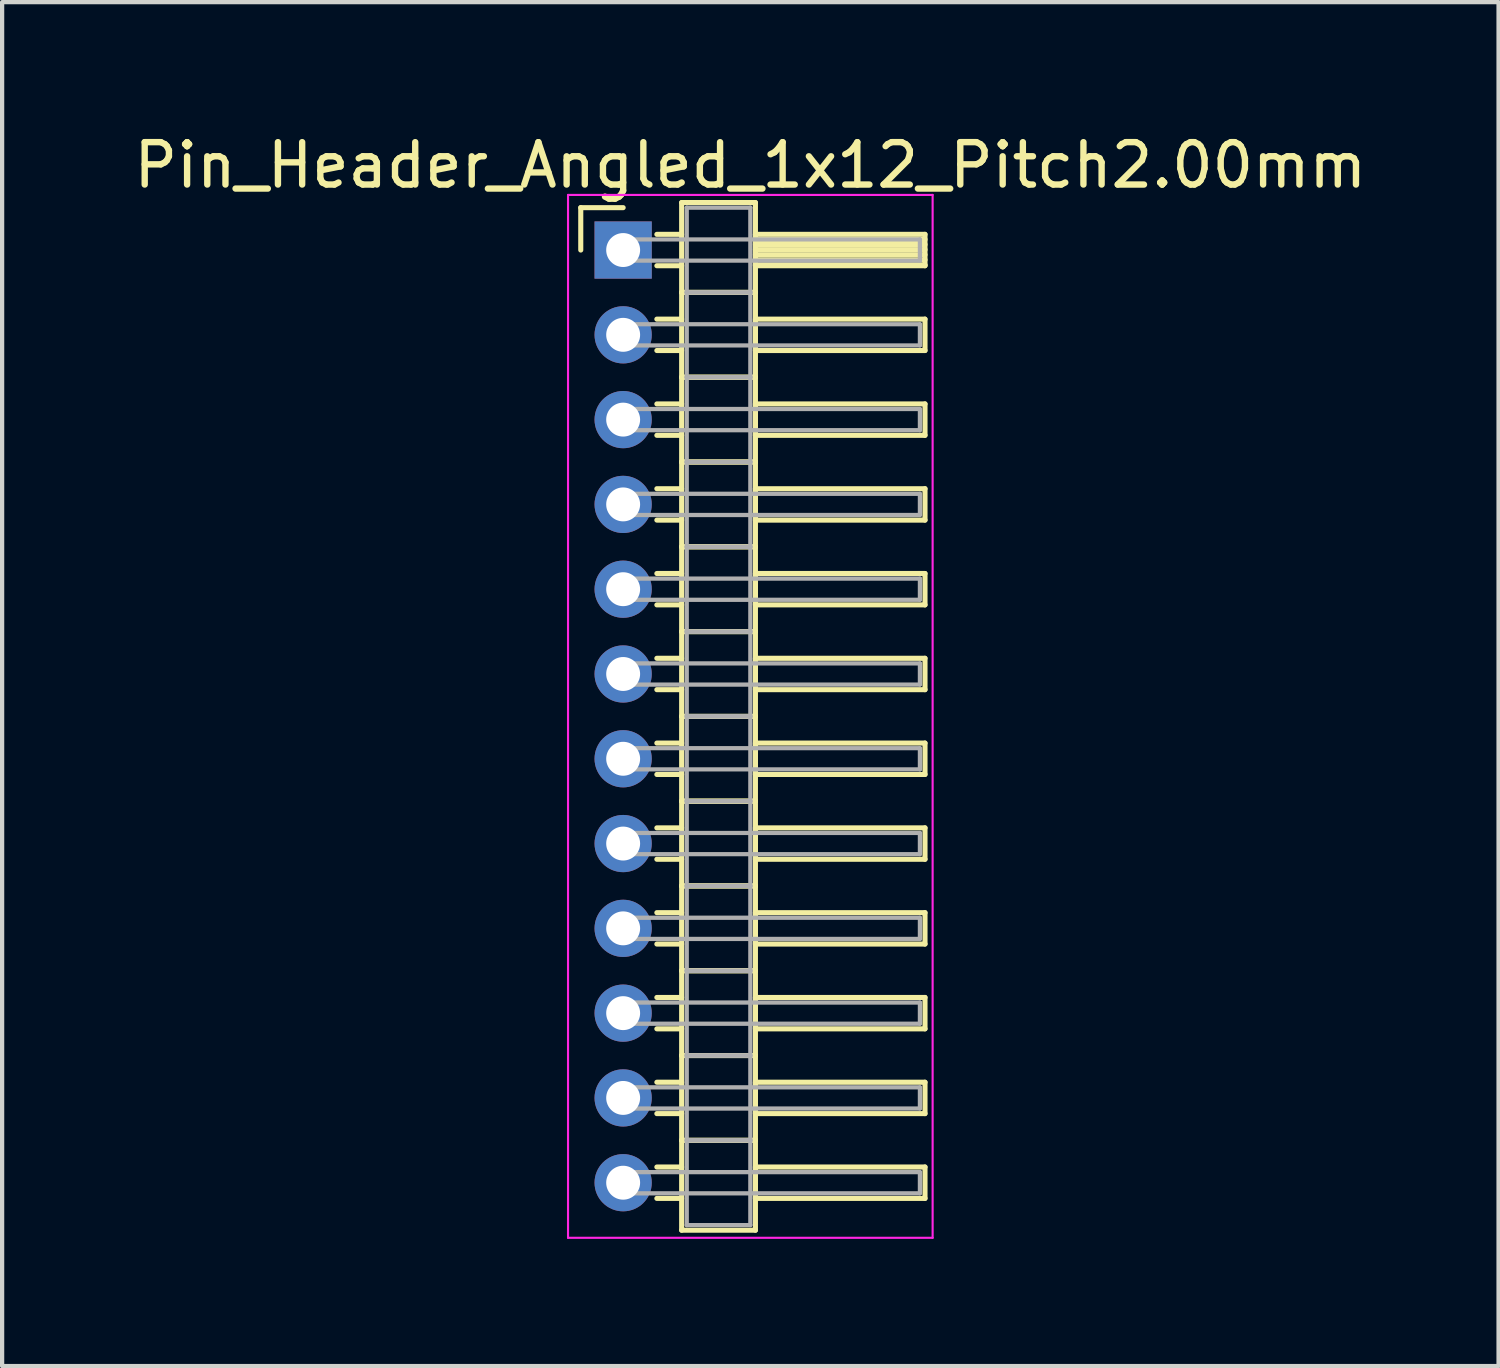
<source format=kicad_pcb>
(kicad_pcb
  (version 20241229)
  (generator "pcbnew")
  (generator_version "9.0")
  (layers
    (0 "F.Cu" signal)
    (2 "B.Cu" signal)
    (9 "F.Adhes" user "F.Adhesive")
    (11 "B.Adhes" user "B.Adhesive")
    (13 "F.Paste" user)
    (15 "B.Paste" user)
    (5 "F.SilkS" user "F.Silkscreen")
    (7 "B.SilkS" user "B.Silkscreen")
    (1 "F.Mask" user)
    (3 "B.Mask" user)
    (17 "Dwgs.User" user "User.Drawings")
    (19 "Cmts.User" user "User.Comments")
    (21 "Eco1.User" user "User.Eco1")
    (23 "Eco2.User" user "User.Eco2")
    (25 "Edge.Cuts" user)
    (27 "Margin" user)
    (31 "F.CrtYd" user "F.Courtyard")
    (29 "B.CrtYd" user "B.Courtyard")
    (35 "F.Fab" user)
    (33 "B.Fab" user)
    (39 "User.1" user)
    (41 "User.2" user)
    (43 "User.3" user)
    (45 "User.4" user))
  (footprint "Pin_Header_Angled_1x12_Pitch2.00mm"
    (layer "F.Cu")
    (at 11.649 2.848)
    (property "Reference" "Pin_Header_Angled_1x12_Pitch2.00mm" (at 3 -2 0) (layer "F.SilkS") (effects (font (size 1 1) (thickness 0.15))))
    (attr through_hole)
    (fp_line (start -1 -1) (end 0 -1) (stroke (width 0.12) (type solid)) (layer "F.SilkS"))
    (fp_line (start -1 0) (end -1 -1) (stroke (width 0.12) (type solid)) (layer "F.SilkS"))
    (fp_line (start 0.795 -0.37) (end 1.38 -0.37) (stroke (width 0.12) (type solid)) (layer "F.SilkS"))
    (fp_line (start 0.795 0.37) (end 1.38 0.37) (stroke (width 0.12) (type solid)) (layer "F.SilkS"))
    (fp_line (start 0.795 1.63) (end 1.38 1.63) (stroke (width 0.12) (type solid)) (layer "F.SilkS"))
    (fp_line (start 0.795 2.37) (end 1.38 2.37) (stroke (width 0.12) (type solid)) (layer "F.SilkS"))
    (fp_line (start 0.795 3.63) (end 1.38 3.63) (stroke (width 0.12) (type solid)) (layer "F.SilkS"))
    (fp_line (start 0.795 4.37) (end 1.38 4.37) (stroke (width 0.12) (type solid)) (layer "F.SilkS"))
    (fp_line (start 0.795 5.63) (end 1.38 5.63) (stroke (width 0.12) (type solid)) (layer "F.SilkS"))
    (fp_line (start 0.795 6.37) (end 1.38 6.37) (stroke (width 0.12) (type solid)) (layer "F.SilkS"))
    (fp_line (start 0.795 7.63) (end 1.38 7.63) (stroke (width 0.12) (type solid)) (layer "F.SilkS"))
    (fp_line (start 0.795 8.37) (end 1.38 8.37) (stroke (width 0.12) (type solid)) (layer "F.SilkS"))
    (fp_line (start 0.795 9.63) (end 1.38 9.63) (stroke (width 0.12) (type solid)) (layer "F.SilkS"))
    (fp_line (start 0.795 10.37) (end 1.38 10.37) (stroke (width 0.12) (type solid)) (layer "F.SilkS"))
    (fp_line (start 0.795 11.63) (end 1.38 11.63) (stroke (width 0.12) (type solid)) (layer "F.SilkS"))
    (fp_line (start 0.795 12.37) (end 1.38 12.37) (stroke (width 0.12) (type solid)) (layer "F.SilkS"))
    (fp_line (start 0.795 13.63) (end 1.38 13.63) (stroke (width 0.12) (type solid)) (layer "F.SilkS"))
    (fp_line (start 0.795 14.37) (end 1.38 14.37) (stroke (width 0.12) (type solid)) (layer "F.SilkS"))
    (fp_line (start 0.795 15.63) (end 1.38 15.63) (stroke (width 0.12) (type solid)) (layer "F.SilkS"))
    (fp_line (start 0.795 16.37) (end 1.38 16.37) (stroke (width 0.12) (type solid)) (layer "F.SilkS"))
    (fp_line (start 0.795 17.63) (end 1.38 17.63) (stroke (width 0.12) (type solid)) (layer "F.SilkS"))
    (fp_line (start 0.795 18.37) (end 1.38 18.37) (stroke (width 0.12) (type solid)) (layer "F.SilkS"))
    (fp_line (start 0.795 19.63) (end 1.38 19.63) (stroke (width 0.12) (type solid)) (layer "F.SilkS"))
    (fp_line (start 0.795 20.37) (end 1.38 20.37) (stroke (width 0.12) (type solid)) (layer "F.SilkS"))
    (fp_line (start 0.795 21.63) (end 1.38 21.63) (stroke (width 0.12) (type solid)) (layer "F.SilkS"))
    (fp_line (start 0.795 22.37) (end 1.38 22.37) (stroke (width 0.12) (type solid)) (layer "F.SilkS"))
    (fp_line (start 1.38 -1.12) (end 1.38 1) (stroke (width 0.12) (type solid)) (layer "F.SilkS"))
    (fp_line (start 1.38 1) (end 1.38 3) (stroke (width 0.12) (type solid)) (layer "F.SilkS"))
    (fp_line (start 1.38 1) (end 3.12 1) (stroke (width 0.12) (type solid)) (layer "F.SilkS"))
    (fp_line (start 1.38 3) (end 1.38 5) (stroke (width 0.12) (type solid)) (layer "F.SilkS"))
    (fp_line (start 1.38 3) (end 3.12 3) (stroke (width 0.12) (type solid)) (layer "F.SilkS"))
    (fp_line (start 1.38 5) (end 1.38 7) (stroke (width 0.12) (type solid)) (layer "F.SilkS"))
    (fp_line (start 1.38 5) (end 3.12 5) (stroke (width 0.12) (type solid)) (layer "F.SilkS"))
    (fp_line (start 1.38 7) (end 1.38 9) (stroke (width 0.12) (type solid)) (layer "F.SilkS"))
    (fp_line (start 1.38 7) (end 3.12 7) (stroke (width 0.12) (type solid)) (layer "F.SilkS"))
    (fp_line (start 1.38 9) (end 1.38 11) (stroke (width 0.12) (type solid)) (layer "F.SilkS"))
    (fp_line (start 1.38 9) (end 3.12 9) (stroke (width 0.12) (type solid)) (layer "F.SilkS"))
    (fp_line (start 1.38 11) (end 1.38 13) (stroke (width 0.12) (type solid)) (layer "F.SilkS"))
    (fp_line (start 1.38 11) (end 3.12 11) (stroke (width 0.12) (type solid)) (layer "F.SilkS"))
    (fp_line (start 1.38 13) (end 1.38 15) (stroke (width 0.12) (type solid)) (layer "F.SilkS"))
    (fp_line (start 1.38 13) (end 3.12 13) (stroke (width 0.12) (type solid)) (layer "F.SilkS"))
    (fp_line (start 1.38 15) (end 1.38 17) (stroke (width 0.12) (type solid)) (layer "F.SilkS"))
    (fp_line (start 1.38 15) (end 3.12 15) (stroke (width 0.12) (type solid)) (layer "F.SilkS"))
    (fp_line (start 1.38 17) (end 1.38 19) (stroke (width 0.12) (type solid)) (layer "F.SilkS"))
    (fp_line (start 1.38 17) (end 3.12 17) (stroke (width 0.12) (type solid)) (layer "F.SilkS"))
    (fp_line (start 1.38 19) (end 1.38 21) (stroke (width 0.12) (type solid)) (layer "F.SilkS"))
    (fp_line (start 1.38 19) (end 3.12 19) (stroke (width 0.12) (type solid)) (layer "F.SilkS"))
    (fp_line (start 1.38 21) (end 1.38 23.12) (stroke (width 0.12) (type solid)) (layer "F.SilkS"))
    (fp_line (start 1.38 21) (end 3.12 21) (stroke (width 0.12) (type solid)) (layer "F.SilkS"))
    (fp_line (start 1.38 23.12) (end 3.12 23.12) (stroke (width 0.12) (type solid)) (layer "F.SilkS"))
    (fp_line (start 3.12 -1.12) (end 1.38 -1.12) (stroke (width 0.12) (type solid)) (layer "F.SilkS"))
    (fp_line (start 3.12 -0.37) (end 3.12 0.37) (stroke (width 0.12) (type solid)) (layer "F.SilkS"))
    (fp_line (start 3.12 -0.25) (end 7.12 -0.25) (stroke (width 0.12) (type solid)) (layer "F.SilkS"))
    (fp_line (start 3.12 -0.13) (end 7.12 -0.13) (stroke (width 0.12) (type solid)) (layer "F.SilkS"))
    (fp_line (start 3.12 -0.01) (end 7.12 -0.01) (stroke (width 0.12) (type solid)) (layer "F.SilkS"))
    (fp_line (start 3.12 0.11) (end 7.12 0.11) (stroke (width 0.12) (type solid)) (layer "F.SilkS"))
    (fp_line (start 3.12 0.23) (end 7.12 0.23) (stroke (width 0.12) (type solid)) (layer "F.SilkS"))
    (fp_line (start 3.12 0.35) (end 7.12 0.35) (stroke (width 0.12) (type solid)) (layer "F.SilkS"))
    (fp_line (start 3.12 0.37) (end 7.12 0.37) (stroke (width 0.12) (type solid)) (layer "F.SilkS"))
    (fp_line (start 3.12 1) (end 1.38 1) (stroke (width 0.12) (type solid)) (layer "F.SilkS"))
    (fp_line (start 3.12 1) (end 3.12 -1.12) (stroke (width 0.12) (type solid)) (layer "F.SilkS"))
    (fp_line (start 3.12 1.63) (end 3.12 2.37) (stroke (width 0.12) (type solid)) (layer "F.SilkS"))
    (fp_line (start 3.12 2.37) (end 7.12 2.37) (stroke (width 0.12) (type solid)) (layer "F.SilkS"))
    (fp_line (start 3.12 3) (end 1.38 3) (stroke (width 0.12) (type solid)) (layer "F.SilkS"))
    (fp_line (start 3.12 3) (end 3.12 1) (stroke (width 0.12) (type solid)) (layer "F.SilkS"))
    (fp_line (start 3.12 3.63) (end 3.12 4.37) (stroke (width 0.12) (type solid)) (layer "F.SilkS"))
    (fp_line (start 3.12 4.37) (end 7.12 4.37) (stroke (width 0.12) (type solid)) (layer "F.SilkS"))
    (fp_line (start 3.12 5) (end 1.38 5) (stroke (width 0.12) (type solid)) (layer "F.SilkS"))
    (fp_line (start 3.12 5) (end 3.12 3) (stroke (width 0.12) (type solid)) (layer "F.SilkS"))
    (fp_line (start 3.12 5.63) (end 3.12 6.37) (stroke (width 0.12) (type solid)) (layer "F.SilkS"))
    (fp_line (start 3.12 6.37) (end 7.12 6.37) (stroke (width 0.12) (type solid)) (layer "F.SilkS"))
    (fp_line (start 3.12 7) (end 1.38 7) (stroke (width 0.12) (type solid)) (layer "F.SilkS"))
    (fp_line (start 3.12 7) (end 3.12 5) (stroke (width 0.12) (type solid)) (layer "F.SilkS"))
    (fp_line (start 3.12 7.63) (end 3.12 8.37) (stroke (width 0.12) (type solid)) (layer "F.SilkS"))
    (fp_line (start 3.12 8.37) (end 7.12 8.37) (stroke (width 0.12) (type solid)) (layer "F.SilkS"))
    (fp_line (start 3.12 9) (end 1.38 9) (stroke (width 0.12) (type solid)) (layer "F.SilkS"))
    (fp_line (start 3.12 9) (end 3.12 7) (stroke (width 0.12) (type solid)) (layer "F.SilkS"))
    (fp_line (start 3.12 9.63) (end 3.12 10.37) (stroke (width 0.12) (type solid)) (layer "F.SilkS"))
    (fp_line (start 3.12 10.37) (end 7.12 10.37) (stroke (width 0.12) (type solid)) (layer "F.SilkS"))
    (fp_line (start 3.12 11) (end 1.38 11) (stroke (width 0.12) (type solid)) (layer "F.SilkS"))
    (fp_line (start 3.12 11) (end 3.12 9) (stroke (width 0.12) (type solid)) (layer "F.SilkS"))
    (fp_line (start 3.12 11.63) (end 3.12 12.37) (stroke (width 0.12) (type solid)) (layer "F.SilkS"))
    (fp_line (start 3.12 12.37) (end 7.12 12.37) (stroke (width 0.12) (type solid)) (layer "F.SilkS"))
    (fp_line (start 3.12 13) (end 1.38 13) (stroke (width 0.12) (type solid)) (layer "F.SilkS"))
    (fp_line (start 3.12 13) (end 3.12 11) (stroke (width 0.12) (type solid)) (layer "F.SilkS"))
    (fp_line (start 3.12 13.63) (end 3.12 14.37) (stroke (width 0.12) (type solid)) (layer "F.SilkS"))
    (fp_line (start 3.12 14.37) (end 7.12 14.37) (stroke (width 0.12) (type solid)) (layer "F.SilkS"))
    (fp_line (start 3.12 15) (end 1.38 15) (stroke (width 0.12) (type solid)) (layer "F.SilkS"))
    (fp_line (start 3.12 15) (end 3.12 13) (stroke (width 0.12) (type solid)) (layer "F.SilkS"))
    (fp_line (start 3.12 15.63) (end 3.12 16.37) (stroke (width 0.12) (type solid)) (layer "F.SilkS"))
    (fp_line (start 3.12 16.37) (end 7.12 16.37) (stroke (width 0.12) (type solid)) (layer "F.SilkS"))
    (fp_line (start 3.12 17) (end 1.38 17) (stroke (width 0.12) (type solid)) (layer "F.SilkS"))
    (fp_line (start 3.12 17) (end 3.12 15) (stroke (width 0.12) (type solid)) (layer "F.SilkS"))
    (fp_line (start 3.12 17.63) (end 3.12 18.37) (stroke (width 0.12) (type solid)) (layer "F.SilkS"))
    (fp_line (start 3.12 18.37) (end 7.12 18.37) (stroke (width 0.12) (type solid)) (layer "F.SilkS"))
    (fp_line (start 3.12 19) (end 1.38 19) (stroke (width 0.12) (type solid)) (layer "F.SilkS"))
    (fp_line (start 3.12 19) (end 3.12 17) (stroke (width 0.12) (type solid)) (layer "F.SilkS"))
    (fp_line (start 3.12 19.63) (end 3.12 20.37) (stroke (width 0.12) (type solid)) (layer "F.SilkS"))
    (fp_line (start 3.12 20.37) (end 7.12 20.37) (stroke (width 0.12) (type solid)) (layer "F.SilkS"))
    (fp_line (start 3.12 21) (end 1.38 21) (stroke (width 0.12) (type solid)) (layer "F.SilkS"))
    (fp_line (start 3.12 21) (end 3.12 19) (stroke (width 0.12) (type solid)) (layer "F.SilkS"))
    (fp_line (start 3.12 21.63) (end 3.12 22.37) (stroke (width 0.12) (type solid)) (layer "F.SilkS"))
    (fp_line (start 3.12 22.37) (end 7.12 22.37) (stroke (width 0.12) (type solid)) (layer "F.SilkS"))
    (fp_line (start 3.12 23.12) (end 3.12 21) (stroke (width 0.12) (type solid)) (layer "F.SilkS"))
    (fp_line (start 7.12 -0.37) (end 3.12 -0.37) (stroke (width 0.12) (type solid)) (layer "F.SilkS"))
    (fp_line (start 7.12 0.37) (end 7.12 -0.37) (stroke (width 0.12) (type solid)) (layer "F.SilkS"))
    (fp_line (start 7.12 1.63) (end 3.12 1.63) (stroke (width 0.12) (type solid)) (layer "F.SilkS"))
    (fp_line (start 7.12 2.37) (end 7.12 1.63) (stroke (width 0.12) (type solid)) (layer "F.SilkS"))
    (fp_line (start 7.12 3.63) (end 3.12 3.63) (stroke (width 0.12) (type solid)) (layer "F.SilkS"))
    (fp_line (start 7.12 4.37) (end 7.12 3.63) (stroke (width 0.12) (type solid)) (layer "F.SilkS"))
    (fp_line (start 7.12 5.63) (end 3.12 5.63) (stroke (width 0.12) (type solid)) (layer "F.SilkS"))
    (fp_line (start 7.12 6.37) (end 7.12 5.63) (stroke (width 0.12) (type solid)) (layer "F.SilkS"))
    (fp_line (start 7.12 7.63) (end 3.12 7.63) (stroke (width 0.12) (type solid)) (layer "F.SilkS"))
    (fp_line (start 7.12 8.37) (end 7.12 7.63) (stroke (width 0.12) (type solid)) (layer "F.SilkS"))
    (fp_line (start 7.12 9.63) (end 3.12 9.63) (stroke (width 0.12) (type solid)) (layer "F.SilkS"))
    (fp_line (start 7.12 10.37) (end 7.12 9.63) (stroke (width 0.12) (type solid)) (layer "F.SilkS"))
    (fp_line (start 7.12 11.63) (end 3.12 11.63) (stroke (width 0.12) (type solid)) (layer "F.SilkS"))
    (fp_line (start 7.12 12.37) (end 7.12 11.63) (stroke (width 0.12) (type solid)) (layer "F.SilkS"))
    (fp_line (start 7.12 13.63) (end 3.12 13.63) (stroke (width 0.12) (type solid)) (layer "F.SilkS"))
    (fp_line (start 7.12 14.37) (end 7.12 13.63) (stroke (width 0.12) (type solid)) (layer "F.SilkS"))
    (fp_line (start 7.12 15.63) (end 3.12 15.63) (stroke (width 0.12) (type solid)) (layer "F.SilkS"))
    (fp_line (start 7.12 16.37) (end 7.12 15.63) (stroke (width 0.12) (type solid)) (layer "F.SilkS"))
    (fp_line (start 7.12 17.63) (end 3.12 17.63) (stroke (width 0.12) (type solid)) (layer "F.SilkS"))
    (fp_line (start 7.12 18.37) (end 7.12 17.63) (stroke (width 0.12) (type solid)) (layer "F.SilkS"))
    (fp_line (start 7.12 19.63) (end 3.12 19.63) (stroke (width 0.12) (type solid)) (layer "F.SilkS"))
    (fp_line (start 7.12 20.37) (end 7.12 19.63) (stroke (width 0.12) (type solid)) (layer "F.SilkS"))
    (fp_line (start 7.12 21.63) (end 3.12 21.63) (stroke (width 0.12) (type solid)) (layer "F.SilkS"))
    (fp_line (start 7.12 22.37) (end 7.12 21.63) (stroke (width 0.12) (type solid)) (layer "F.SilkS"))
    (fp_line (start -1.3 -1.3) (end -1.3 23.3) (stroke (width 0.05) (type solid)) (layer "F.CrtYd"))
    (fp_line (start -1.3 23.3) (end 7.3 23.3) (stroke (width 0.05) (type solid)) (layer "F.CrtYd"))
    (fp_line (start 7.3 -1.3) (end -1.3 -1.3) (stroke (width 0.05) (type solid)) (layer "F.CrtYd"))
    (fp_line (start 7.3 23.3) (end 7.3 -1.3) (stroke (width 0.05) (type solid)) (layer "F.CrtYd"))
    (fp_line (start 0 -0.25) (end 0 0.25) (stroke (width 0.1) (type solid)) (layer "F.Fab"))
    (fp_line (start 0 0.25) (end 7 0.25) (stroke (width 0.1) (type solid)) (layer "F.Fab"))
    (fp_line (start 0 1.75) (end 0 2.25) (stroke (width 0.1) (type solid)) (layer "F.Fab"))
    (fp_line (start 0 2.25) (end 7 2.25) (stroke (width 0.1) (type solid)) (layer "F.Fab"))
    (fp_line (start 0 3.75) (end 0 4.25) (stroke (width 0.1) (type solid)) (layer "F.Fab"))
    (fp_line (start 0 4.25) (end 7 4.25) (stroke (width 0.1) (type solid)) (layer "F.Fab"))
    (fp_line (start 0 5.75) (end 0 6.25) (stroke (width 0.1) (type solid)) (layer "F.Fab"))
    (fp_line (start 0 6.25) (end 7 6.25) (stroke (width 0.1) (type solid)) (layer "F.Fab"))
    (fp_line (start 0 7.75) (end 0 8.25) (stroke (width 0.1) (type solid)) (layer "F.Fab"))
    (fp_line (start 0 8.25) (end 7 8.25) (stroke (width 0.1) (type solid)) (layer "F.Fab"))
    (fp_line (start 0 9.75) (end 0 10.25) (stroke (width 0.1) (type solid)) (layer "F.Fab"))
    (fp_line (start 0 10.25) (end 7 10.25) (stroke (width 0.1) (type solid)) (layer "F.Fab"))
    (fp_line (start 0 11.75) (end 0 12.25) (stroke (width 0.1) (type solid)) (layer "F.Fab"))
    (fp_line (start 0 12.25) (end 7 12.25) (stroke (width 0.1) (type solid)) (layer "F.Fab"))
    (fp_line (start 0 13.75) (end 0 14.25) (stroke (width 0.1) (type solid)) (layer "F.Fab"))
    (fp_line (start 0 14.25) (end 7 14.25) (stroke (width 0.1) (type solid)) (layer "F.Fab"))
    (fp_line (start 0 15.75) (end 0 16.25) (stroke (width 0.1) (type solid)) (layer "F.Fab"))
    (fp_line (start 0 16.25) (end 7 16.25) (stroke (width 0.1) (type solid)) (layer "F.Fab"))
    (fp_line (start 0 17.75) (end 0 18.25) (stroke (width 0.1) (type solid)) (layer "F.Fab"))
    (fp_line (start 0 18.25) (end 7 18.25) (stroke (width 0.1) (type solid)) (layer "F.Fab"))
    (fp_line (start 0 19.75) (end 0 20.25) (stroke (width 0.1) (type solid)) (layer "F.Fab"))
    (fp_line (start 0 20.25) (end 7 20.25) (stroke (width 0.1) (type solid)) (layer "F.Fab"))
    (fp_line (start 0 21.75) (end 0 22.25) (stroke (width 0.1) (type solid)) (layer "F.Fab"))
    (fp_line (start 0 22.25) (end 7 22.25) (stroke (width 0.1) (type solid)) (layer "F.Fab"))
    (fp_line (start 1.5 -1) (end 1.5 1) (stroke (width 0.1) (type solid)) (layer "F.Fab"))
    (fp_line (start 1.5 1) (end 1.5 3) (stroke (width 0.1) (type solid)) (layer "F.Fab"))
    (fp_line (start 1.5 1) (end 3 1) (stroke (width 0.1) (type solid)) (layer "F.Fab"))
    (fp_line (start 1.5 3) (end 1.5 5) (stroke (width 0.1) (type solid)) (layer "F.Fab"))
    (fp_line (start 1.5 3) (end 3 3) (stroke (width 0.1) (type solid)) (layer "F.Fab"))
    (fp_line (start 1.5 5) (end 1.5 7) (stroke (width 0.1) (type solid)) (layer "F.Fab"))
    (fp_line (start 1.5 5) (end 3 5) (stroke (width 0.1) (type solid)) (layer "F.Fab"))
    (fp_line (start 1.5 7) (end 1.5 9) (stroke (width 0.1) (type solid)) (layer "F.Fab"))
    (fp_line (start 1.5 7) (end 3 7) (stroke (width 0.1) (type solid)) (layer "F.Fab"))
    (fp_line (start 1.5 9) (end 1.5 11) (stroke (width 0.1) (type solid)) (layer "F.Fab"))
    (fp_line (start 1.5 9) (end 3 9) (stroke (width 0.1) (type solid)) (layer "F.Fab"))
    (fp_line (start 1.5 11) (end 1.5 13) (stroke (width 0.1) (type solid)) (layer "F.Fab"))
    (fp_line (start 1.5 11) (end 3 11) (stroke (width 0.1) (type solid)) (layer "F.Fab"))
    (fp_line (start 1.5 13) (end 1.5 15) (stroke (width 0.1) (type solid)) (layer "F.Fab"))
    (fp_line (start 1.5 13) (end 3 13) (stroke (width 0.1) (type solid)) (layer "F.Fab"))
    (fp_line (start 1.5 15) (end 1.5 17) (stroke (width 0.1) (type solid)) (layer "F.Fab"))
    (fp_line (start 1.5 15) (end 3 15) (stroke (width 0.1) (type solid)) (layer "F.Fab"))
    (fp_line (start 1.5 17) (end 1.5 19) (stroke (width 0.1) (type solid)) (layer "F.Fab"))
    (fp_line (start 1.5 17) (end 3 17) (stroke (width 0.1) (type solid)) (layer "F.Fab"))
    (fp_line (start 1.5 19) (end 1.5 21) (stroke (width 0.1) (type solid)) (layer "F.Fab"))
    (fp_line (start 1.5 19) (end 3 19) (stroke (width 0.1) (type solid)) (layer "F.Fab"))
    (fp_line (start 1.5 21) (end 1.5 23) (stroke (width 0.1) (type solid)) (layer "F.Fab"))
    (fp_line (start 1.5 21) (end 3 21) (stroke (width 0.1) (type solid)) (layer "F.Fab"))
    (fp_line (start 1.5 23) (end 3 23) (stroke (width 0.1) (type solid)) (layer "F.Fab"))
    (fp_line (start 3 -1) (end 1.5 -1) (stroke (width 0.1) (type solid)) (layer "F.Fab"))
    (fp_line (start 3 1) (end 1.5 1) (stroke (width 0.1) (type solid)) (layer "F.Fab"))
    (fp_line (start 3 1) (end 3 -1) (stroke (width 0.1) (type solid)) (layer "F.Fab"))
    (fp_line (start 3 3) (end 1.5 3) (stroke (width 0.1) (type solid)) (layer "F.Fab"))
    (fp_line (start 3 3) (end 3 1) (stroke (width 0.1) (type solid)) (layer "F.Fab"))
    (fp_line (start 3 5) (end 1.5 5) (stroke (width 0.1) (type solid)) (layer "F.Fab"))
    (fp_line (start 3 5) (end 3 3) (stroke (width 0.1) (type solid)) (layer "F.Fab"))
    (fp_line (start 3 7) (end 1.5 7) (stroke (width 0.1) (type solid)) (layer "F.Fab"))
    (fp_line (start 3 7) (end 3 5) (stroke (width 0.1) (type solid)) (layer "F.Fab"))
    (fp_line (start 3 9) (end 1.5 9) (stroke (width 0.1) (type solid)) (layer "F.Fab"))
    (fp_line (start 3 9) (end 3 7) (stroke (width 0.1) (type solid)) (layer "F.Fab"))
    (fp_line (start 3 11) (end 1.5 11) (stroke (width 0.1) (type solid)) (layer "F.Fab"))
    (fp_line (start 3 11) (end 3 9) (stroke (width 0.1) (type solid)) (layer "F.Fab"))
    (fp_line (start 3 13) (end 1.5 13) (stroke (width 0.1) (type solid)) (layer "F.Fab"))
    (fp_line (start 3 13) (end 3 11) (stroke (width 0.1) (type solid)) (layer "F.Fab"))
    (fp_line (start 3 15) (end 1.5 15) (stroke (width 0.1) (type solid)) (layer "F.Fab"))
    (fp_line (start 3 15) (end 3 13) (stroke (width 0.1) (type solid)) (layer "F.Fab"))
    (fp_line (start 3 17) (end 1.5 17) (stroke (width 0.1) (type solid)) (layer "F.Fab"))
    (fp_line (start 3 17) (end 3 15) (stroke (width 0.1) (type solid)) (layer "F.Fab"))
    (fp_line (start 3 19) (end 1.5 19) (stroke (width 0.1) (type solid)) (layer "F.Fab"))
    (fp_line (start 3 19) (end 3 17) (stroke (width 0.1) (type solid)) (layer "F.Fab"))
    (fp_line (start 3 21) (end 1.5 21) (stroke (width 0.1) (type solid)) (layer "F.Fab"))
    (fp_line (start 3 21) (end 3 19) (stroke (width 0.1) (type solid)) (layer "F.Fab"))
    (fp_line (start 3 23) (end 3 21) (stroke (width 0.1) (type solid)) (layer "F.Fab"))
    (fp_line (start 7 -0.25) (end 0 -0.25) (stroke (width 0.1) (type solid)) (layer "F.Fab"))
    (fp_line (start 7 0.25) (end 7 -0.25) (stroke (width 0.1) (type solid)) (layer "F.Fab"))
    (fp_line (start 7 1.75) (end 0 1.75) (stroke (width 0.1) (type solid)) (layer "F.Fab"))
    (fp_line (start 7 2.25) (end 7 1.75) (stroke (width 0.1) (type solid)) (layer "F.Fab"))
    (fp_line (start 7 3.75) (end 0 3.75) (stroke (width 0.1) (type solid)) (layer "F.Fab"))
    (fp_line (start 7 4.25) (end 7 3.75) (stroke (width 0.1) (type solid)) (layer "F.Fab"))
    (fp_line (start 7 5.75) (end 0 5.75) (stroke (width 0.1) (type solid)) (layer "F.Fab"))
    (fp_line (start 7 6.25) (end 7 5.75) (stroke (width 0.1) (type solid)) (layer "F.Fab"))
    (fp_line (start 7 7.75) (end 0 7.75) (stroke (width 0.1) (type solid)) (layer "F.Fab"))
    (fp_line (start 7 8.25) (end 7 7.75) (stroke (width 0.1) (type solid)) (layer "F.Fab"))
    (fp_line (start 7 9.75) (end 0 9.75) (stroke (width 0.1) (type solid)) (layer "F.Fab"))
    (fp_line (start 7 10.25) (end 7 9.75) (stroke (width 0.1) (type solid)) (layer "F.Fab"))
    (fp_line (start 7 11.75) (end 0 11.75) (stroke (width 0.1) (type solid)) (layer "F.Fab"))
    (fp_line (start 7 12.25) (end 7 11.75) (stroke (width 0.1) (type solid)) (layer "F.Fab"))
    (fp_line (start 7 13.75) (end 0 13.75) (stroke (width 0.1) (type solid)) (layer "F.Fab"))
    (fp_line (start 7 14.25) (end 7 13.75) (stroke (width 0.1) (type solid)) (layer "F.Fab"))
    (fp_line (start 7 15.75) (end 0 15.75) (stroke (width 0.1) (type solid)) (layer "F.Fab"))
    (fp_line (start 7 16.25) (end 7 15.75) (stroke (width 0.1) (type solid)) (layer "F.Fab"))
    (fp_line (start 7 17.75) (end 0 17.75) (stroke (width 0.1) (type solid)) (layer "F.Fab"))
    (fp_line (start 7 18.25) (end 7 17.75) (stroke (width 0.1) (type solid)) (layer "F.Fab"))
    (fp_line (start 7 19.75) (end 0 19.75) (stroke (width 0.1) (type solid)) (layer "F.Fab"))
    (fp_line (start 7 20.25) (end 7 19.75) (stroke (width 0.1) (type solid)) (layer "F.Fab"))
    (fp_line (start 7 21.75) (end 0 21.75) (stroke (width 0.1) (type solid)) (layer "F.Fab"))
    (fp_line (start 7 22.25) (end 7 21.75) (stroke (width 0.1) (type solid)) (layer "F.Fab"))
    (pad "1" thru_hole rect (at 0 0) (size 1.35 1.35) (drill 0.8) (layers "*.Cu" "*.Mask"))
    (pad "2" thru_hole oval (at 0 2) (size 1.35 1.35) (drill 0.8) (layers "*.Cu" "*.Mask"))
    (pad "3" thru_hole oval (at 0 4) (size 1.35 1.35) (drill 0.8) (layers "*.Cu" "*.Mask"))
    (pad "4" thru_hole oval (at 0 6) (size 1.35 1.35) (drill 0.8) (layers "*.Cu" "*.Mask"))
    (pad "5" thru_hole oval (at 0 8) (size 1.35 1.35) (drill 0.8) (layers "*.Cu" "*.Mask"))
    (pad "6" thru_hole oval (at 0 10) (size 1.35 1.35) (drill 0.8) (layers "*.Cu" "*.Mask"))
    (pad "7" thru_hole oval (at 0 12) (size 1.35 1.35) (drill 0.8) (layers "*.Cu" "*.Mask"))
    (pad "8" thru_hole oval (at 0 14) (size 1.35 1.35) (drill 0.8) (layers "*.Cu" "*.Mask"))
    (pad "9" thru_hole oval (at 0 16) (size 1.35 1.35) (drill 0.8) (layers "*.Cu" "*.Mask"))
    (pad "10" thru_hole oval (at 0 18) (size 1.35 1.35) (drill 0.8) (layers "*.Cu" "*.Mask"))
    (pad "11" thru_hole oval (at 0 20) (size 1.35 1.35) (drill 0.8) (layers "*.Cu" "*.Mask"))
    (pad "12" thru_hole oval (at 0 22) (size 1.35 1.35) (drill 0.8) (layers "*.Cu" "*.Mask")))
  (gr_rect
    (start -3 -3)
    (end 32.298 29.173)
    (stroke (width 0.1) (type default))
    (fill no)
    (layer "Edge.Cuts")))
</source>
